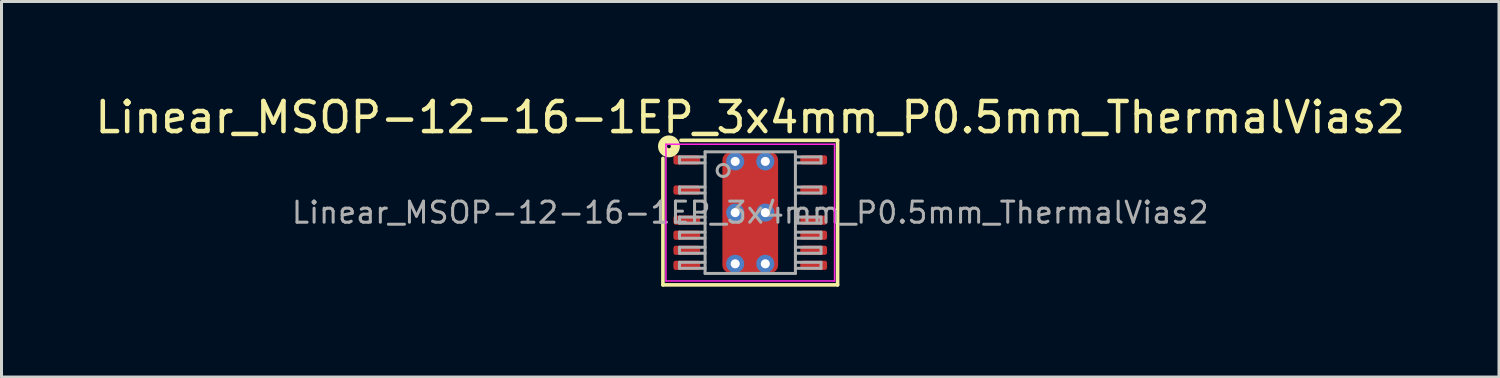
<source format=kicad_pcb>
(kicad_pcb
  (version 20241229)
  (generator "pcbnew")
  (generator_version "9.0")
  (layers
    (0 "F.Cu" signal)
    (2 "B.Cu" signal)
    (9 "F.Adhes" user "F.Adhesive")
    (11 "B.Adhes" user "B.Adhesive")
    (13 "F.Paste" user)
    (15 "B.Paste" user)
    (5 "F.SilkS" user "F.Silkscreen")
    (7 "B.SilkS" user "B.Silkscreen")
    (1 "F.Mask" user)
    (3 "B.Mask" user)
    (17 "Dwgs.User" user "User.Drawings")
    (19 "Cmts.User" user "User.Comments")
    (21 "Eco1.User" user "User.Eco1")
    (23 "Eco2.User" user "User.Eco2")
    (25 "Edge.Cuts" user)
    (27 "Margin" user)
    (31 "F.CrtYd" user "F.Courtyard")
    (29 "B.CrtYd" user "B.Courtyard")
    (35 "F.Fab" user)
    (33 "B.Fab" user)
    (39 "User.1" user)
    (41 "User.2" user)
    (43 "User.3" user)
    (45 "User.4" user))
  (footprint "Linear_MSOP-12-16-1EP_3x4mm_P0.5mm_ThermalVias2"
    (layer "F.Cu")
    (at 21.863 4.01)
    (property "Reference" "Linear_MSOP-12-16-1EP_3x4mm_P0.5mm_ThermalVias2" (at 0 -3.162 0) (layer "F.SilkS") (effects (font (size 1 1) (thickness 0.15))))
    (attr smd)
    (fp_line (start -2.9 2.4) (end -2.9 -1.8) (stroke (width 0.12) (type solid)) (layer "F.SilkS"))
    (fp_line (start -2.3 -2.4) (end 2.9 -2.4) (stroke (width 0.12) (type solid)) (layer "F.SilkS"))
    (fp_line (start 2.9 -2.4) (end 2.9 2.4) (stroke (width 0.12) (type solid)) (layer "F.SilkS"))
    (fp_line (start 2.9 2.4) (end -2.9 2.4) (stroke (width 0.12) (type solid)) (layer "F.SilkS"))
    (fp_circle (center -2.7 -2.2) (end -2.636 -2.2) (stroke (width 0.3) (type solid)) (fill no) (layer "F.SilkS"))
    (fp_line (start -2.8 -2.27) (end -2.8 2.27) (stroke (width 0.05) (type solid)) (layer "F.CrtYd"))
    (fp_line (start -2.8 -2.27) (end 2.8 -2.27) (stroke (width 0.05) (type solid)) (layer "F.CrtYd"))
    (fp_line (start -2.8 2.27) (end 2.8 2.27) (stroke (width 0.05) (type solid)) (layer "F.CrtYd"))
    (fp_line (start 2.8 -2.27) (end 2.8 2.27) (stroke (width 0.05) (type solid)) (layer "F.CrtYd"))
    (fp_line (start -2.35 -1.85) (end -2.35 -1.65) (stroke (width 0.1) (type solid)) (layer "F.Fab"))
    (fp_line (start -2.35 -1.85) (end -1.5 -1.85) (stroke (width 0.1) (type solid)) (layer "F.Fab"))
    (fp_line (start -2.35 -1.65) (end -1.5 -1.65) (stroke (width 0.1) (type solid)) (layer "F.Fab"))
    (fp_line (start -2.35 -0.85) (end -2.35 -0.65) (stroke (width 0.1) (type solid)) (layer "F.Fab"))
    (fp_line (start -2.35 -0.85) (end -1.5 -0.85) (stroke (width 0.1) (type solid)) (layer "F.Fab"))
    (fp_line (start -2.35 -0.65) (end -1.5 -0.65) (stroke (width 0.1) (type solid)) (layer "F.Fab"))
    (fp_line (start -2.35 0.15) (end -2.35 0.35) (stroke (width 0.1) (type solid)) (layer "F.Fab"))
    (fp_line (start -2.35 0.15) (end -1.5 0.15) (stroke (width 0.1) (type solid)) (layer "F.Fab"))
    (fp_line (start -2.35 0.35) (end -1.5 0.35) (stroke (width 0.1) (type solid)) (layer "F.Fab"))
    (fp_line (start -2.35 0.65) (end -2.35 0.85) (stroke (width 0.1) (type solid)) (layer "F.Fab"))
    (fp_line (start -2.35 0.65) (end -1.5 0.65) (stroke (width 0.1) (type solid)) (layer "F.Fab"))
    (fp_line (start -2.35 0.85) (end -1.5 0.85) (stroke (width 0.1) (type solid)) (layer "F.Fab"))
    (fp_line (start -2.35 1.15) (end -2.35 1.35) (stroke (width 0.1) (type solid)) (layer "F.Fab"))
    (fp_line (start -2.35 1.15) (end -1.5 1.15) (stroke (width 0.1) (type solid)) (layer "F.Fab"))
    (fp_line (start -2.35 1.35) (end -1.5 1.35) (stroke (width 0.1) (type solid)) (layer "F.Fab"))
    (fp_line (start -2.35 1.65) (end -2.35 1.85) (stroke (width 0.1) (type solid)) (layer "F.Fab"))
    (fp_line (start -2.35 1.65) (end -1.5 1.65) (stroke (width 0.1) (type solid)) (layer "F.Fab"))
    (fp_line (start -2.35 1.85) (end -1.5 1.85) (stroke (width 0.1) (type solid)) (layer "F.Fab"))
    (fp_line (start -1.5 -2.019) (end 1.5 -2.019) (stroke (width 0.1) (type solid)) (layer "F.Fab"))
    (fp_line (start -1.5 2.019) (end -1.5 -2.019) (stroke (width 0.1) (type solid)) (layer "F.Fab"))
    (fp_line (start 1.5 -2.019) (end 1.5 2.019) (stroke (width 0.1) (type solid)) (layer "F.Fab"))
    (fp_line (start 1.5 2.019) (end -1.5 2.019) (stroke (width 0.1) (type solid)) (layer "F.Fab"))
    (fp_line (start 2.35 -1.85) (end 1.5 -1.85) (stroke (width 0.1) (type solid)) (layer "F.Fab"))
    (fp_line (start 2.35 -1.65) (end 1.5 -1.65) (stroke (width 0.1) (type solid)) (layer "F.Fab"))
    (fp_line (start 2.35 -1.65) (end 2.35 -1.85) (stroke (width 0.1) (type solid)) (layer "F.Fab"))
    (fp_line (start 2.35 -0.85) (end 1.5 -0.85) (stroke (width 0.1) (type solid)) (layer "F.Fab"))
    (fp_line (start 2.35 -0.65) (end 1.5 -0.65) (stroke (width 0.1) (type solid)) (layer "F.Fab"))
    (fp_line (start 2.35 -0.65) (end 2.35 -0.85) (stroke (width 0.1) (type solid)) (layer "F.Fab"))
    (fp_line (start 2.35 0.15) (end 1.5 0.15) (stroke (width 0.1) (type solid)) (layer "F.Fab"))
    (fp_line (start 2.35 0.35) (end 1.5 0.35) (stroke (width 0.1) (type solid)) (layer "F.Fab"))
    (fp_line (start 2.35 0.35) (end 2.35 0.15) (stroke (width 0.1) (type solid)) (layer "F.Fab"))
    (fp_line (start 2.35 0.65) (end 1.5 0.65) (stroke (width 0.1) (type solid)) (layer "F.Fab"))
    (fp_line (start 2.35 0.85) (end 1.5 0.85) (stroke (width 0.1) (type solid)) (layer "F.Fab"))
    (fp_line (start 2.35 0.85) (end 2.35 0.65) (stroke (width 0.1) (type solid)) (layer "F.Fab"))
    (fp_line (start 2.35 1.15) (end 1.5 1.15) (stroke (width 0.1) (type solid)) (layer "F.Fab"))
    (fp_line (start 2.35 1.35) (end 1.5 1.35) (stroke (width 0.1) (type solid)) (layer "F.Fab"))
    (fp_line (start 2.35 1.35) (end 2.35 1.15) (stroke (width 0.1) (type solid)) (layer "F.Fab"))
    (fp_line (start 2.35 1.65) (end 1.5 1.65) (stroke (width 0.1) (type solid)) (layer "F.Fab"))
    (fp_line (start 2.35 1.85) (end 1.5 1.85) (stroke (width 0.1) (type solid)) (layer "F.Fab"))
    (fp_line (start 2.35 1.85) (end 2.35 1.65) (stroke (width 0.1) (type solid)) (layer "F.Fab"))
    (fp_circle (center -0.9 -1.4) (end -0.7 -1.4) (stroke (width 0.1) (type solid)) (fill no) (layer "F.Fab"))
    (fp_text user "${REFERENCE}" (at 0 0 0) (layer "F.Fab") (effects (font (size 0.7 0.7) (thickness 0.1))))
    (pad "" smd roundrect (at -0.4 -1.125) (size 0.6 0.35) (layers "F.Paste") (roundrect_rratio 0.25))
    (pad "" smd roundrect (at -0.4 -0.575) (size 0.6 0.35) (layers "F.Paste") (roundrect_rratio 0.25))
    (pad "" smd roundrect (at -0.4 0.575) (size 0.6 0.35) (layers "F.Paste") (roundrect_rratio 0.25))
    (pad "" smd roundrect (at -0.4 1.125) (size 0.6 0.35) (layers "F.Paste") (roundrect_rratio 0.25))
    (pad "" smd roundrect (at 0 -0.85) (size 1.65 1.1) (layers "F.Mask") (roundrect_rratio 0.227))
    (pad "" smd roundrect (at 0 0.85) (size 1.65 1.1) (layers "F.Mask") (roundrect_rratio 0.227))
    (pad "" smd roundrect (at 0.4 -1.125) (size 0.6 0.35) (layers "F.Paste") (roundrect_rratio 0.25))
    (pad "" smd roundrect (at 0.4 -0.575) (size 0.6 0.35) (layers "F.Paste") (roundrect_rratio 0.25))
    (pad "" smd roundrect (at 0.4 0.575) (size 0.6 0.35) (layers "F.Paste") (roundrect_rratio 0.25))
    (pad "" smd roundrect (at 0.4 1.125) (size 0.6 0.35) (layers "F.Paste") (roundrect_rratio 0.25))
    (pad "1" smd roundrect (at -2.107 -1.75) (size 0.889 0.305) (layers "F.Cu" "F.Mask" "F.Paste") (roundrect_rratio 0.25))
    (pad "3" smd roundrect (at -2.107 -0.75) (size 0.889 0.305) (layers "F.Cu" "F.Mask" "F.Paste") (roundrect_rratio 0.25))
    (pad "5" smd roundrect (at -2.107 0.25) (size 0.889 0.305) (layers "F.Cu" "F.Mask" "F.Paste") (roundrect_rratio 0.25))
    (pad "6" smd roundrect (at -2.107 0.75) (size 0.889 0.305) (layers "F.Cu" "F.Mask" "F.Paste") (roundrect_rratio 0.25))
    (pad "7" smd roundrect (at -2.107 1.25) (size 0.889 0.305) (layers "F.Cu" "F.Mask" "F.Paste") (roundrect_rratio 0.25))
    (pad "8" smd roundrect (at -2.107 1.75) (size 0.889 0.305) (layers "F.Cu" "F.Mask" "F.Paste") (roundrect_rratio 0.25))
    (pad "9" smd roundrect (at 2.107 1.75) (size 0.889 0.305) (layers "F.Cu" "F.Mask" "F.Paste") (roundrect_rratio 0.25))
    (pad "10" smd roundrect (at 2.107 1.25) (size 0.889 0.305) (layers "F.Cu" "F.Mask" "F.Paste") (roundrect_rratio 0.25))
    (pad "11" smd roundrect (at 2.107 0.75) (size 0.889 0.305) (layers "F.Cu" "F.Mask" "F.Paste") (roundrect_rratio 0.25))
    (pad "12" smd roundrect (at 2.107 0.25) (size 0.889 0.305) (layers "F.Cu" "F.Mask" "F.Paste") (roundrect_rratio 0.25))
    (pad "14" smd roundrect (at 2.107 -0.75) (size 0.889 0.305) (layers "F.Cu" "F.Mask" "F.Paste") (roundrect_rratio 0.25))
    (pad "16" smd roundrect (at 2.107 -1.75) (size 0.889 0.305) (layers "F.Cu" "F.Mask" "F.Paste") (roundrect_rratio 0.25))
    (pad "17" thru_hole circle (at -0.5 -1.7) (size 0.6 0.6) (drill 0.3) (property pad_prop_heatsink) (layers "*.Cu" "*.Mask"))
    (pad "17" thru_hole circle (at -0.5 0) (size 0.6 0.6) (drill 0.3) (property pad_prop_heatsink) (layers "*.Cu" "*.Mask"))
    (pad "17" thru_hole circle (at -0.5 1.7) (size 0.6 0.6) (drill 0.3) (property pad_prop_heatsink) (layers "*.Cu" "*.Mask"))
    (pad "17" smd roundrect (at 0 0) (size 1.85 4) (layers "F.Cu") (roundrect_rratio 0.135))
    (pad "17" thru_hole circle (at 0.5 -1.7) (size 0.6 0.6) (drill 0.3) (property pad_prop_heatsink) (layers "*.Cu" "*.Mask"))
    (pad "17" thru_hole circle (at 0.5 0) (size 0.6 0.6) (drill 0.3) (property pad_prop_heatsink) (layers "*.Cu" "*.Mask"))
    (pad "17" thru_hole circle (at 0.5 1.7) (size 0.6 0.6) (drill 0.3) (property pad_prop_heatsink) (layers "*.Cu" "*.Mask")))
  (gr_rect
    (start -3 -3)
    (end 46.726 9.47)
    (stroke (width 0.1) (type default))
    (fill no)
    (layer "Edge.Cuts")))
</source>
